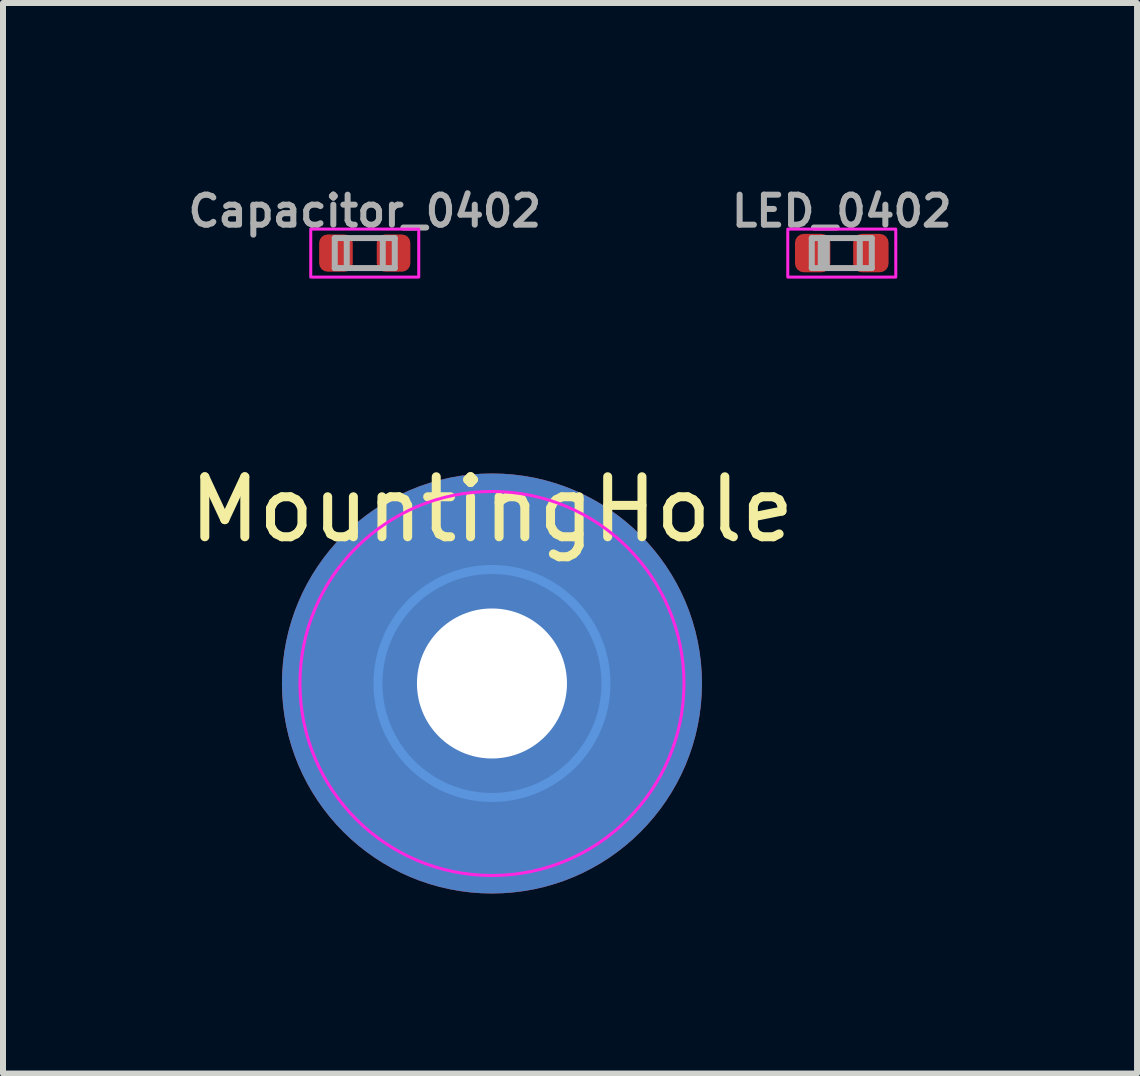
<source format=kicad_pcb>
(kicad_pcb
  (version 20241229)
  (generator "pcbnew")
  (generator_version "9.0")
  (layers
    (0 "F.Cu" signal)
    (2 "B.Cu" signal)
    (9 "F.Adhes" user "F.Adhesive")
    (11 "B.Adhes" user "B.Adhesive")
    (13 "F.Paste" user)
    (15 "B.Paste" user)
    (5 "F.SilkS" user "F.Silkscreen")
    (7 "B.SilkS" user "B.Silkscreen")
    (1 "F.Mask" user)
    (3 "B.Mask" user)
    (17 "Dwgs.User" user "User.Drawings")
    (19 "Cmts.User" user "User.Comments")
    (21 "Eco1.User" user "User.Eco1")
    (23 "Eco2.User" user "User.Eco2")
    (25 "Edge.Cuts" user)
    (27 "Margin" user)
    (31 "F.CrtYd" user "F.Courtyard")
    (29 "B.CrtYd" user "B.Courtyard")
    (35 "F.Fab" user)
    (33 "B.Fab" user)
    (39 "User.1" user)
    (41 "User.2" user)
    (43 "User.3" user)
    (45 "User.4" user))
  (footprint "LED_0402"
    (layer "F.Cu")
    (at 10.979 1.168)
    (property "Reference" "LED_0402" (at 0 -0.7 0) (unlocked yes) (layer "F.Fab") (effects (font (size 0.5 0.5) (thickness 0.1))))
    (attr smd)
    (fp_rect (start -0.9 0.4) (end 0.9 -0.4) (stroke (width 0.05) (type solid)) (fill no) (layer "F.CrtYd"))
    (fp_line (start -0.5 -0.25) (end 0.5 -0.25) (stroke (width 0.1) (type solid)) (layer "F.Fab"))
    (fp_line (start -0.5 0.25) (end -0.5 -0.25) (stroke (width 0.1) (type solid)) (layer "F.Fab"))
    (fp_line (start -0.35 0.25) (end -0.35 -0.25) (stroke (width 0.1) (type solid)) (layer "F.Fab"))
    (fp_line (start -0.3 0.25) (end -0.3 -0.25) (stroke (width 0.1) (type solid)) (layer "F.Fab"))
    (fp_line (start -0.25 0.25) (end -0.25 -0.25) (stroke (width 0.1) (type solid)) (layer "F.Fab"))
    (fp_line (start 0.3 0.25) (end 0.3 -0.25) (stroke (width 0.1) (type solid)) (layer "F.Fab"))
    (fp_line (start 0.5 -0.25) (end 0.5 0.25) (stroke (width 0.1) (type solid)) (layer "F.Fab"))
    (fp_line (start 0.5 0.25) (end -0.5 0.25) (stroke (width 0.1) (type solid)) (layer "F.Fab"))
    (pad "1" smd roundrect (at -0.485 0) (size 0.59 0.64) (layers "F.Cu" "F.Mask" "F.Paste") (roundrect_rratio 0.25))
    (pad "2" smd roundrect (at 0.485 0) (size 0.59 0.64) (layers "F.Cu" "F.Mask" "F.Paste") (roundrect_rratio 0.25)))
  (footprint "MountingHole"
    (layer "F.Cu")
    (at 5.149 8.341)
    (property "Reference" "MountingHole" (at 0 -2.9 0) (layer "F.SilkS") (effects (font (size 1 1) (thickness 0.15))))
    (attr exclude_from_pos_files exclude_from_bom)
    (fp_circle (center 0 0) (end 1.9 0) (stroke (width 0.15) (type solid)) (fill no) (layer "Cmts.User"))
    (fp_circle (center 0 0) (end 3.2 0) (stroke (width 0.05) (type solid)) (fill no) (layer "F.CrtYd"))
    (pad "1" thru_hole circle (at 0 0) (size 7 7) (drill 2.5) (layers "*.Cu" "*.Mask")))
  (footprint "Capacitor_0402"
    (layer "F.Cu")
    (at 3.029 1.168)
    (property "Reference" "Capacitor_0402" (at 0 -0.7 0) (unlocked yes) (layer "F.Fab") (effects (font (size 0.5 0.5) (thickness 0.1))))
    (attr smd)
    (fp_rect (start -0.9 0.4) (end 0.9 -0.4) (stroke (width 0.05) (type solid)) (fill no) (layer "F.CrtYd"))
    (fp_line (start -0.5 -0.25) (end 0.5 -0.25) (stroke (width 0.1) (type solid)) (layer "F.Fab"))
    (fp_line (start -0.5 0.25) (end -0.5 -0.25) (stroke (width 0.1) (type solid)) (layer "F.Fab"))
    (fp_line (start -0.3 -0.25) (end -0.3 0.25) (stroke (width 0.1) (type solid)) (layer "F.Fab"))
    (fp_line (start 0.3 -0.25) (end 0.3 0.25) (stroke (width 0.1) (type solid)) (layer "F.Fab"))
    (fp_line (start 0.5 -0.25) (end 0.5 0.25) (stroke (width 0.1) (type solid)) (layer "F.Fab"))
    (fp_line (start 0.5 0.25) (end -0.5 0.25) (stroke (width 0.1) (type solid)) (layer "F.Fab"))
    (pad "1" smd roundrect (at -0.48 0) (size 0.56 0.62) (layers "F.Cu" "F.Mask" "F.Paste") (roundrect_rratio 0.25))
    (pad "2" smd roundrect (at 0.48 0) (size 0.56 0.62) (layers "F.Cu" "F.Mask" "F.Paste") (roundrect_rratio 0.25)))
  (gr_rect
    (start -3 -3)
    (end 15.9 14.841)
    (stroke (width 0.1) (type default))
    (fill no)
    (layer "Edge.Cuts")))
</source>
